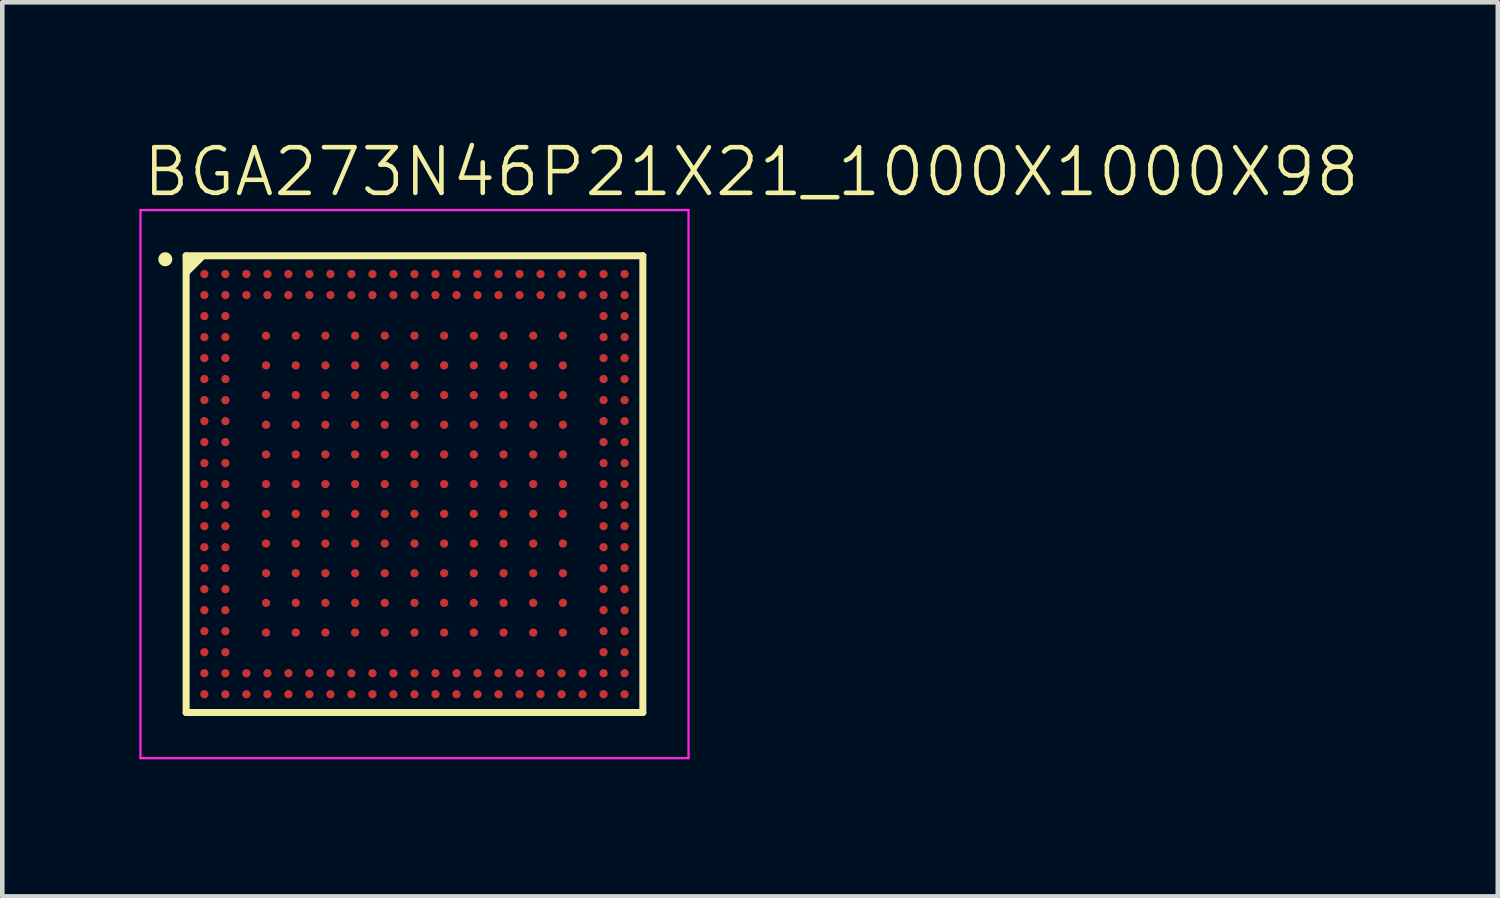
<source format=kicad_pcb>
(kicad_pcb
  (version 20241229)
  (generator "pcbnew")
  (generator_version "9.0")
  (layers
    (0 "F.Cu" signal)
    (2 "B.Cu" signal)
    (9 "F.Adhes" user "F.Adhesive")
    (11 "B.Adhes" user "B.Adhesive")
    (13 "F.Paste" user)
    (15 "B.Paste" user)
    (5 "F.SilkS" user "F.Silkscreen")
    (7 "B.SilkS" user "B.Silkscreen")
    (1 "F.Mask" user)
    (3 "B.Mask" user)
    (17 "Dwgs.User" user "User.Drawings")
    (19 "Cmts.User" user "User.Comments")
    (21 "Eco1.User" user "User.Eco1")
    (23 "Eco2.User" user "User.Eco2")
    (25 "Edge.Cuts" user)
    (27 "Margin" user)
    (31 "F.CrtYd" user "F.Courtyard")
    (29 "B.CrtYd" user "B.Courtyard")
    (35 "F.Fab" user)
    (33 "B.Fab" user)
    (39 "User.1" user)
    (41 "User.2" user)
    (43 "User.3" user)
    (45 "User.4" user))
  (footprint "BGA273N46P21X21_1000X1000X98"
    (layer "F.Cu")
    (at 6.025 7.55)
    (property "Reference" "BGA273N46P21X21_1000X1000X98" (at -6 -6.25 0) (layer "F.SilkS") (effects (font (size 1 1) (thickness 0.1)) (justify left bottom)))
    (fp_line (start -5 -5) (end -5 5) (stroke (width 0.153) (type solid)) (layer "F.SilkS"))
    (fp_line (start -5 5) (end 5 5) (stroke (width 0.153) (type solid)) (layer "F.SilkS"))
    (fp_line (start 5 -5) (end -5 -5) (stroke (width 0.153) (type solid)) (layer "F.SilkS"))
    (fp_line (start 5 5) (end 5 -5) (stroke (width 0.153) (type solid)) (layer "F.SilkS"))
    (fp_poly (pts (xy -5 -5) (xy -4.524 -5) (xy -5 -4.524)) (stroke (width 0) (type solid)) (fill yes) (layer "F.SilkS"))
    (fp_poly (pts (xy -5.303 -4.923) (xy -5.306 -4.953) (xy -5.315 -4.982) (xy -5.329 -5.009) (xy -5.348 -5.032) (xy -5.371 -5.051) (xy -5.397 -5.065) (xy -5.426 -5.074) (xy -5.456 -5.077) (xy -5.486 -5.074) (xy -5.515 -5.065) (xy -5.541 -5.051) (xy -5.564 -5.032) (xy -5.583 -5.009) (xy -5.597 -4.982) (xy -5.606 -4.953) (xy -5.609 -4.923) (xy -5.606 -4.894) (xy -5.597 -4.865) (xy -5.583 -4.838) (xy -5.564 -4.815) (xy -5.541 -4.796) (xy -5.515 -4.782) (xy -5.486 -4.773) (xy -5.456 -4.771) (xy -5.426 -4.773) (xy -5.397 -4.782) (xy -5.371 -4.796) (xy -5.348 -4.815) (xy -5.329 -4.838) (xy -5.315 -4.865) (xy -5.306 -4.894)) (stroke (width 0) (type solid)) (fill yes) (layer "F.SilkS"))
    (fp_line (start -6 -6) (end -6 6) (stroke (width 0.05) (type solid)) (layer "F.CrtYd"))
    (fp_line (start -6 6) (end 6 6) (stroke (width 0.05) (type solid)) (layer "F.CrtYd"))
    (fp_line (start 6 -6) (end -6 -6) (stroke (width 0.05) (type solid)) (layer "F.CrtYd"))
    (fp_line (start 6 6) (end 6 -6) (stroke (width 0.05) (type solid)) (layer "F.CrtYd"))
    (fp_line (start -0.5 0) (end 0.5 0) (stroke (width 0.1) (type solid)) (layer "User.2"))
    (fp_line (start 0 0.5) (end 0 -0.5) (stroke (width 0.1) (type solid)) (layer "User.2"))
    (pad "A1" smd circle (at -4.6 -4.6) (size 0.18 0.18) (layers "F.Cu" "F.Mask" "F.Paste"))
    (pad "A2" smd circle (at -4.14 -4.6) (size 0.18 0.18) (layers "F.Cu" "F.Mask" "F.Paste"))
    (pad "A3" smd circle (at -3.68 -4.6) (size 0.18 0.18) (layers "F.Cu" "F.Mask" "F.Paste"))
    (pad "A4" smd circle (at -3.22 -4.6) (size 0.18 0.18) (layers "F.Cu" "F.Mask" "F.Paste"))
    (pad "A5" smd circle (at -2.76 -4.6) (size 0.18 0.18) (layers "F.Cu" "F.Mask" "F.Paste"))
    (pad "A6" smd circle (at -2.3 -4.6) (size 0.18 0.18) (layers "F.Cu" "F.Mask" "F.Paste"))
    (pad "A7" smd circle (at -1.84 -4.6) (size 0.18 0.18) (layers "F.Cu" "F.Mask" "F.Paste"))
    (pad "A8" smd circle (at -1.38 -4.6) (size 0.18 0.18) (layers "F.Cu" "F.Mask" "F.Paste"))
    (pad "A9" smd circle (at -0.92 -4.6) (size 0.18 0.18) (layers "F.Cu" "F.Mask" "F.Paste"))
    (pad "A10" smd circle (at -0.46 -4.6) (size 0.18 0.18) (layers "F.Cu" "F.Mask" "F.Paste"))
    (pad "A11" smd circle (at 0 -4.6) (size 0.18 0.18) (layers "F.Cu" "F.Mask" "F.Paste"))
    (pad "A12" smd circle (at 0.46 -4.6) (size 0.18 0.18) (layers "F.Cu" "F.Mask" "F.Paste"))
    (pad "A13" smd circle (at 0.92 -4.6) (size 0.18 0.18) (layers "F.Cu" "F.Mask" "F.Paste"))
    (pad "A14" smd circle (at 1.38 -4.6) (size 0.18 0.18) (layers "F.Cu" "F.Mask" "F.Paste"))
    (pad "A15" smd circle (at 1.84 -4.6) (size 0.18 0.18) (layers "F.Cu" "F.Mask" "F.Paste"))
    (pad "A16" smd circle (at 2.3 -4.6) (size 0.18 0.18) (layers "F.Cu" "F.Mask" "F.Paste"))
    (pad "A17" smd circle (at 2.76 -4.6) (size 0.18 0.18) (layers "F.Cu" "F.Mask" "F.Paste"))
    (pad "A18" smd circle (at 3.22 -4.6) (size 0.18 0.18) (layers "F.Cu" "F.Mask" "F.Paste"))
    (pad "A19" smd circle (at 3.68 -4.6) (size 0.18 0.18) (layers "F.Cu" "F.Mask" "F.Paste"))
    (pad "A20" smd circle (at 4.14 -4.6) (size 0.18 0.18) (layers "F.Cu" "F.Mask" "F.Paste"))
    (pad "A21" smd circle (at 4.6 -4.6) (size 0.18 0.18) (layers "F.Cu" "F.Mask" "F.Paste"))
    (pad "AA1" smd circle (at -4.6 4.6) (size 0.18 0.18) (layers "F.Cu" "F.Mask" "F.Paste"))
    (pad "AA2" smd circle (at -4.14 4.6) (size 0.18 0.18) (layers "F.Cu" "F.Mask" "F.Paste"))
    (pad "AA3" smd circle (at -3.68 4.6) (size 0.18 0.18) (layers "F.Cu" "F.Mask" "F.Paste"))
    (pad "AA4" smd circle (at -3.22 4.6) (size 0.18 0.18) (layers "F.Cu" "F.Mask" "F.Paste"))
    (pad "AA5" smd circle (at -2.76 4.6) (size 0.18 0.18) (layers "F.Cu" "F.Mask" "F.Paste"))
    (pad "AA6" smd circle (at -2.3 4.6) (size 0.18 0.18) (layers "F.Cu" "F.Mask" "F.Paste"))
    (pad "AA7" smd circle (at -1.84 4.6) (size 0.18 0.18) (layers "F.Cu" "F.Mask" "F.Paste"))
    (pad "AA8" smd circle (at -1.38 4.6) (size 0.18 0.18) (layers "F.Cu" "F.Mask" "F.Paste"))
    (pad "AA9" smd circle (at -0.92 4.6) (size 0.18 0.18) (layers "F.Cu" "F.Mask" "F.Paste"))
    (pad "AA10" smd circle (at -0.46 4.6) (size 0.18 0.18) (layers "F.Cu" "F.Mask" "F.Paste"))
    (pad "AA11" smd circle (at 0 4.6) (size 0.18 0.18) (layers "F.Cu" "F.Mask" "F.Paste"))
    (pad "AA12" smd circle (at 0.46 4.6) (size 0.18 0.18) (layers "F.Cu" "F.Mask" "F.Paste"))
    (pad "AA13" smd circle (at 0.92 4.6) (size 0.18 0.18) (layers "F.Cu" "F.Mask" "F.Paste"))
    (pad "AA14" smd circle (at 1.38 4.6) (size 0.18 0.18) (layers "F.Cu" "F.Mask" "F.Paste"))
    (pad "AA15" smd circle (at 1.84 4.6) (size 0.18 0.18) (layers "F.Cu" "F.Mask" "F.Paste"))
    (pad "AA16" smd circle (at 2.3 4.6) (size 0.18 0.18) (layers "F.Cu" "F.Mask" "F.Paste"))
    (pad "AA17" smd circle (at 2.76 4.6) (size 0.18 0.18) (layers "F.Cu" "F.Mask" "F.Paste"))
    (pad "AA18" smd circle (at 3.22 4.6) (size 0.18 0.18) (layers "F.Cu" "F.Mask" "F.Paste"))
    (pad "AA19" smd circle (at 3.68 4.6) (size 0.18 0.18) (layers "F.Cu" "F.Mask" "F.Paste"))
    (pad "AA20" smd circle (at 4.14 4.6) (size 0.18 0.18) (layers "F.Cu" "F.Mask" "F.Paste"))
    (pad "AA21" smd circle (at 4.6 4.6) (size 0.18 0.18) (layers "F.Cu" "F.Mask" "F.Paste"))
    (pad "B1" smd circle (at -4.6 -4.14) (size 0.18 0.18) (layers "F.Cu" "F.Mask" "F.Paste"))
    (pad "B2" smd circle (at -4.14 -4.14) (size 0.18 0.18) (layers "F.Cu" "F.Mask" "F.Paste"))
    (pad "B3" smd circle (at -3.68 -4.14) (size 0.18 0.18) (layers "F.Cu" "F.Mask" "F.Paste"))
    (pad "B4" smd circle (at -3.22 -4.14) (size 0.18 0.18) (layers "F.Cu" "F.Mask" "F.Paste"))
    (pad "B5" smd circle (at -2.76 -4.14) (size 0.18 0.18) (layers "F.Cu" "F.Mask" "F.Paste"))
    (pad "B6" smd circle (at -2.3 -4.14) (size 0.18 0.18) (layers "F.Cu" "F.Mask" "F.Paste"))
    (pad "B7" smd circle (at -1.84 -4.14) (size 0.18 0.18) (layers "F.Cu" "F.Mask" "F.Paste"))
    (pad "B8" smd circle (at -1.38 -4.14) (size 0.18 0.18) (layers "F.Cu" "F.Mask" "F.Paste"))
    (pad "B9" smd circle (at -0.92 -4.14) (size 0.18 0.18) (layers "F.Cu" "F.Mask" "F.Paste"))
    (pad "B10" smd circle (at -0.46 -4.14) (size 0.18 0.18) (layers "F.Cu" "F.Mask" "F.Paste"))
    (pad "B11" smd circle (at 0 -4.14) (size 0.18 0.18) (layers "F.Cu" "F.Mask" "F.Paste"))
    (pad "B12" smd circle (at 0.46 -4.14) (size 0.18 0.18) (layers "F.Cu" "F.Mask" "F.Paste"))
    (pad "B13" smd circle (at 0.92 -4.14) (size 0.18 0.18) (layers "F.Cu" "F.Mask" "F.Paste"))
    (pad "B14" smd circle (at 1.38 -4.14) (size 0.18 0.18) (layers "F.Cu" "F.Mask" "F.Paste"))
    (pad "B15" smd circle (at 1.84 -4.14) (size 0.18 0.18) (layers "F.Cu" "F.Mask" "F.Paste"))
    (pad "B16" smd circle (at 2.3 -4.14) (size 0.18 0.18) (layers "F.Cu" "F.Mask" "F.Paste"))
    (pad "B17" smd circle (at 2.76 -4.14) (size 0.18 0.18) (layers "F.Cu" "F.Mask" "F.Paste"))
    (pad "B18" smd circle (at 3.22 -4.14) (size 0.18 0.18) (layers "F.Cu" "F.Mask" "F.Paste"))
    (pad "B19" smd circle (at 3.68 -4.14) (size 0.18 0.18) (layers "F.Cu" "F.Mask" "F.Paste"))
    (pad "B20" smd circle (at 4.14 -4.14) (size 0.18 0.18) (layers "F.Cu" "F.Mask" "F.Paste"))
    (pad "B21" smd circle (at 4.6 -4.14) (size 0.18 0.18) (layers "F.Cu" "F.Mask" "F.Paste"))
    (pad "C1" smd circle (at -4.6 -3.68) (size 0.18 0.18) (layers "F.Cu" "F.Mask" "F.Paste"))
    (pad "C2" smd circle (at -4.14 -3.68) (size 0.18 0.18) (layers "F.Cu" "F.Mask" "F.Paste"))
    (pad "C20" smd circle (at 4.14 -3.68) (size 0.18 0.18) (layers "F.Cu" "F.Mask" "F.Paste"))
    (pad "C21" smd circle (at 4.6 -3.68) (size 0.18 0.18) (layers "F.Cu" "F.Mask" "F.Paste"))
    (pad "D1" smd circle (at -4.6 -3.22) (size 0.18 0.18) (layers "F.Cu" "F.Mask" "F.Paste"))
    (pad "D2" smd circle (at -4.14 -3.22) (size 0.18 0.18) (layers "F.Cu" "F.Mask" "F.Paste"))
    (pad "D4" smd circle (at -3.25 -3.25) (size 0.18 0.18) (layers "F.Cu" "F.Mask" "F.Paste"))
    (pad "D5" smd circle (at -2.6 -3.25) (size 0.18 0.18) (layers "F.Cu" "F.Mask" "F.Paste"))
    (pad "D6" smd circle (at -1.95 -3.25) (size 0.18 0.18) (layers "F.Cu" "F.Mask" "F.Paste"))
    (pad "D8" smd circle (at -1.3 -3.25) (size 0.18 0.18) (layers "F.Cu" "F.Mask" "F.Paste"))
    (pad "D9" smd circle (at -0.65 -3.25) (size 0.18 0.18) (layers "F.Cu" "F.Mask" "F.Paste"))
    (pad "D11" smd circle (at 0 -3.25) (size 0.18 0.18) (layers "F.Cu" "F.Mask" "F.Paste"))
    (pad "D13" smd circle (at 0.65 -3.25) (size 0.18 0.18) (layers "F.Cu" "F.Mask" "F.Paste"))
    (pad "D14" smd circle (at 1.3 -3.25) (size 0.18 0.18) (layers "F.Cu" "F.Mask" "F.Paste"))
    (pad "D16" smd circle (at 1.95 -3.25) (size 0.18 0.18) (layers "F.Cu" "F.Mask" "F.Paste"))
    (pad "D17" smd circle (at 2.6 -3.25) (size 0.18 0.18) (layers "F.Cu" "F.Mask" "F.Paste"))
    (pad "D18" smd circle (at 3.25 -3.25) (size 0.18 0.18) (layers "F.Cu" "F.Mask" "F.Paste"))
    (pad "D20" smd circle (at 4.14 -3.22) (size 0.18 0.18) (layers "F.Cu" "F.Mask" "F.Paste"))
    (pad "D21" smd circle (at 4.6 -3.22) (size 0.18 0.18) (layers "F.Cu" "F.Mask" "F.Paste"))
    (pad "E1" smd circle (at -4.6 -2.76) (size 0.18 0.18) (layers "F.Cu" "F.Mask" "F.Paste"))
    (pad "E2" smd circle (at -4.14 -2.76) (size 0.18 0.18) (layers "F.Cu" "F.Mask" "F.Paste"))
    (pad "E4" smd circle (at -3.25 -2.6) (size 0.18 0.18) (layers "F.Cu" "F.Mask" "F.Paste"))
    (pad "E5" smd circle (at -2.6 -2.6) (size 0.18 0.18) (layers "F.Cu" "F.Mask" "F.Paste"))
    (pad "E6" smd circle (at -1.95 -2.6) (size 0.18 0.18) (layers "F.Cu" "F.Mask" "F.Paste"))
    (pad "E8" smd circle (at -1.3 -2.6) (size 0.18 0.18) (layers "F.Cu" "F.Mask" "F.Paste"))
    (pad "E9" smd circle (at -0.65 -2.6) (size 0.18 0.18) (layers "F.Cu" "F.Mask" "F.Paste"))
    (pad "E11" smd circle (at 0 -2.6) (size 0.18 0.18) (layers "F.Cu" "F.Mask" "F.Paste"))
    (pad "E13" smd circle (at 0.65 -2.6) (size 0.18 0.18) (layers "F.Cu" "F.Mask" "F.Paste"))
    (pad "E14" smd circle (at 1.3 -2.6) (size 0.18 0.18) (layers "F.Cu" "F.Mask" "F.Paste"))
    (pad "E16" smd circle (at 1.95 -2.6) (size 0.18 0.18) (layers "F.Cu" "F.Mask" "F.Paste"))
    (pad "E17" smd circle (at 2.6 -2.6) (size 0.18 0.18) (layers "F.Cu" "F.Mask" "F.Paste"))
    (pad "E18" smd circle (at 3.25 -2.6) (size 0.18 0.18) (layers "F.Cu" "F.Mask" "F.Paste"))
    (pad "E20" smd circle (at 4.14 -2.76) (size 0.18 0.18) (layers "F.Cu" "F.Mask" "F.Paste"))
    (pad "E21" smd circle (at 4.6 -2.76) (size 0.18 0.18) (layers "F.Cu" "F.Mask" "F.Paste"))
    (pad "F1" smd circle (at -4.6 -2.3) (size 0.18 0.18) (layers "F.Cu" "F.Mask" "F.Paste"))
    (pad "F2" smd circle (at -4.14 -2.3) (size 0.18 0.18) (layers "F.Cu" "F.Mask" "F.Paste"))
    (pad "F4" smd circle (at -3.25 -1.95) (size 0.18 0.18) (layers "F.Cu" "F.Mask" "F.Paste"))
    (pad "F5" smd circle (at -2.6 -1.95) (size 0.18 0.18) (layers "F.Cu" "F.Mask" "F.Paste"))
    (pad "F6" smd circle (at -1.95 -1.95) (size 0.18 0.18) (layers "F.Cu" "F.Mask" "F.Paste"))
    (pad "F8" smd circle (at -1.3 -1.95) (size 0.18 0.18) (layers "F.Cu" "F.Mask" "F.Paste"))
    (pad "F9" smd circle (at -0.65 -1.95) (size 0.18 0.18) (layers "F.Cu" "F.Mask" "F.Paste"))
    (pad "F11" smd circle (at 0 -1.95) (size 0.18 0.18) (layers "F.Cu" "F.Mask" "F.Paste"))
    (pad "F13" smd circle (at 0.65 -1.95) (size 0.18 0.18) (layers "F.Cu" "F.Mask" "F.Paste"))
    (pad "F14" smd circle (at 1.3 -1.95) (size 0.18 0.18) (layers "F.Cu" "F.Mask" "F.Paste"))
    (pad "F16" smd circle (at 1.95 -1.95) (size 0.18 0.18) (layers "F.Cu" "F.Mask" "F.Paste"))
    (pad "F17" smd circle (at 2.6 -1.95) (size 0.18 0.18) (layers "F.Cu" "F.Mask" "F.Paste"))
    (pad "F18" smd circle (at 3.25 -1.95) (size 0.18 0.18) (layers "F.Cu" "F.Mask" "F.Paste"))
    (pad "F20" smd circle (at 4.14 -2.3) (size 0.18 0.18) (layers "F.Cu" "F.Mask" "F.Paste"))
    (pad "F21" smd circle (at 4.6 -2.3) (size 0.18 0.18) (layers "F.Cu" "F.Mask" "F.Paste"))
    (pad "G1" smd circle (at -4.6 -1.84) (size 0.18 0.18) (layers "F.Cu" "F.Mask" "F.Paste"))
    (pad "G2" smd circle (at -4.14 -1.84) (size 0.18 0.18) (layers "F.Cu" "F.Mask" "F.Paste"))
    (pad "G20" smd circle (at 4.14 -1.84) (size 0.18 0.18) (layers "F.Cu" "F.Mask" "F.Paste"))
    (pad "G21" smd circle (at 4.6 -1.84) (size 0.18 0.18) (layers "F.Cu" "F.Mask" "F.Paste"))
    (pad "H1" smd circle (at -4.6 -1.38) (size 0.18 0.18) (layers "F.Cu" "F.Mask" "F.Paste"))
    (pad "H2" smd circle (at -4.14 -1.38) (size 0.18 0.18) (layers "F.Cu" "F.Mask" "F.Paste"))
    (pad "H4" smd circle (at -3.25 -1.3) (size 0.18 0.18) (layers "F.Cu" "F.Mask" "F.Paste"))
    (pad "H5" smd circle (at -2.6 -1.3) (size 0.18 0.18) (layers "F.Cu" "F.Mask" "F.Paste"))
    (pad "H6" smd circle (at -1.95 -1.3) (size 0.18 0.18) (layers "F.Cu" "F.Mask" "F.Paste"))
    (pad "H8" smd circle (at -1.3 -1.3) (size 0.18 0.18) (layers "F.Cu" "F.Mask" "F.Paste"))
    (pad "H9" smd circle (at -0.65 -1.3) (size 0.18 0.18) (layers "F.Cu" "F.Mask" "F.Paste"))
    (pad "H11" smd circle (at 0 -1.3) (size 0.18 0.18) (layers "F.Cu" "F.Mask" "F.Paste"))
    (pad "H13" smd circle (at 0.65 -1.3) (size 0.18 0.18) (layers "F.Cu" "F.Mask" "F.Paste"))
    (pad "H14" smd circle (at 1.3 -1.3) (size 0.18 0.18) (layers "F.Cu" "F.Mask" "F.Paste"))
    (pad "H16" smd circle (at 1.95 -1.3) (size 0.18 0.18) (layers "F.Cu" "F.Mask" "F.Paste"))
    (pad "H17" smd circle (at 2.6 -1.3) (size 0.18 0.18) (layers "F.Cu" "F.Mask" "F.Paste"))
    (pad "H18" smd circle (at 3.25 -1.3) (size 0.18 0.18) (layers "F.Cu" "F.Mask" "F.Paste"))
    (pad "H20" smd circle (at 4.14 -1.38) (size 0.18 0.18) (layers "F.Cu" "F.Mask" "F.Paste"))
    (pad "H21" smd circle (at 4.6 -1.38) (size 0.18 0.18) (layers "F.Cu" "F.Mask" "F.Paste"))
    (pad "J1" smd circle (at -4.6 -0.92) (size 0.18 0.18) (layers "F.Cu" "F.Mask" "F.Paste"))
    (pad "J2" smd circle (at -4.14 -0.92) (size 0.18 0.18) (layers "F.Cu" "F.Mask" "F.Paste"))
    (pad "J4" smd circle (at -3.25 -0.65) (size 0.18 0.18) (layers "F.Cu" "F.Mask" "F.Paste"))
    (pad "J5" smd circle (at -2.6 -0.65) (size 0.18 0.18) (layers "F.Cu" "F.Mask" "F.Paste"))
    (pad "J6" smd circle (at -1.95 -0.65) (size 0.18 0.18) (layers "F.Cu" "F.Mask" "F.Paste"))
    (pad "J8" smd circle (at -1.3 -0.65) (size 0.18 0.18) (layers "F.Cu" "F.Mask" "F.Paste"))
    (pad "J9" smd circle (at -0.65 -0.65) (size 0.18 0.18) (layers "F.Cu" "F.Mask" "F.Paste"))
    (pad "J11" smd circle (at 0 -0.65) (size 0.18 0.18) (layers "F.Cu" "F.Mask" "F.Paste"))
    (pad "J13" smd circle (at 0.65 -0.65) (size 0.18 0.18) (layers "F.Cu" "F.Mask" "F.Paste"))
    (pad "J14" smd circle (at 1.3 -0.65) (size 0.18 0.18) (layers "F.Cu" "F.Mask" "F.Paste"))
    (pad "J16" smd circle (at 1.95 -0.65) (size 0.18 0.18) (layers "F.Cu" "F.Mask" "F.Paste"))
    (pad "J17" smd circle (at 2.6 -0.65) (size 0.18 0.18) (layers "F.Cu" "F.Mask" "F.Paste"))
    (pad "J18" smd circle (at 3.25 -0.65) (size 0.18 0.18) (layers "F.Cu" "F.Mask" "F.Paste"))
    (pad "J20" smd circle (at 4.14 -0.92) (size 0.18 0.18) (layers "F.Cu" "F.Mask" "F.Paste"))
    (pad "J21" smd circle (at 4.6 -0.92) (size 0.18 0.18) (layers "F.Cu" "F.Mask" "F.Paste"))
    (pad "K1" smd circle (at -4.6 -0.46) (size 0.18 0.18) (layers "F.Cu" "F.Mask" "F.Paste"))
    (pad "K2" smd circle (at -4.14 -0.46) (size 0.18 0.18) (layers "F.Cu" "F.Mask" "F.Paste"))
    (pad "K20" smd circle (at 4.14 -0.46) (size 0.18 0.18) (layers "F.Cu" "F.Mask" "F.Paste"))
    (pad "K21" smd circle (at 4.6 -0.46) (size 0.18 0.18) (layers "F.Cu" "F.Mask" "F.Paste"))
    (pad "L1" smd circle (at -4.6 0) (size 0.18 0.18) (layers "F.Cu" "F.Mask" "F.Paste"))
    (pad "L2" smd circle (at -4.14 0) (size 0.18 0.18) (layers "F.Cu" "F.Mask" "F.Paste"))
    (pad "L4" smd circle (at -3.25 0) (size 0.18 0.18) (layers "F.Cu" "F.Mask" "F.Paste"))
    (pad "L5" smd circle (at -2.6 0) (size 0.18 0.18) (layers "F.Cu" "F.Mask" "F.Paste"))
    (pad "L6" smd circle (at -1.95 0) (size 0.18 0.18) (layers "F.Cu" "F.Mask" "F.Paste"))
    (pad "L8" smd circle (at -1.3 0) (size 0.18 0.18) (layers "F.Cu" "F.Mask" "F.Paste"))
    (pad "L9" smd circle (at -0.65 0) (size 0.18 0.18) (layers "F.Cu" "F.Mask" "F.Paste"))
    (pad "L11" smd circle (at 0 0) (size 0.18 0.18) (layers "F.Cu" "F.Mask" "F.Paste"))
    (pad "L13" smd circle (at 0.65 0) (size 0.18 0.18) (layers "F.Cu" "F.Mask" "F.Paste"))
    (pad "L14" smd circle (at 1.3 0) (size 0.18 0.18) (layers "F.Cu" "F.Mask" "F.Paste"))
    (pad "L16" smd circle (at 1.95 0) (size 0.18 0.18) (layers "F.Cu" "F.Mask" "F.Paste"))
    (pad "L17" smd circle (at 2.6 0) (size 0.18 0.18) (layers "F.Cu" "F.Mask" "F.Paste"))
    (pad "L18" smd circle (at 3.25 0) (size 0.18 0.18) (layers "F.Cu" "F.Mask" "F.Paste"))
    (pad "L20" smd circle (at 4.14 0) (size 0.18 0.18) (layers "F.Cu" "F.Mask" "F.Paste"))
    (pad "L21" smd circle (at 4.6 0) (size 0.18 0.18) (layers "F.Cu" "F.Mask" "F.Paste"))
    (pad "M1" smd circle (at -4.6 0.46) (size 0.18 0.18) (layers "F.Cu" "F.Mask" "F.Paste"))
    (pad "M2" smd circle (at -4.14 0.46) (size 0.18 0.18) (layers "F.Cu" "F.Mask" "F.Paste"))
    (pad "M20" smd circle (at 4.14 0.46) (size 0.18 0.18) (layers "F.Cu" "F.Mask" "F.Paste"))
    (pad "M21" smd circle (at 4.6 0.46) (size 0.18 0.18) (layers "F.Cu" "F.Mask" "F.Paste"))
    (pad "N1" smd circle (at -4.6 0.92) (size 0.18 0.18) (layers "F.Cu" "F.Mask" "F.Paste"))
    (pad "N2" smd circle (at -4.14 0.92) (size 0.18 0.18) (layers "F.Cu" "F.Mask" "F.Paste"))
    (pad "N4" smd circle (at -3.25 0.65) (size 0.18 0.18) (layers "F.Cu" "F.Mask" "F.Paste"))
    (pad "N5" smd circle (at -2.6 0.65) (size 0.18 0.18) (layers "F.Cu" "F.Mask" "F.Paste"))
    (pad "N6" smd circle (at -1.95 0.65) (size 0.18 0.18) (layers "F.Cu" "F.Mask" "F.Paste"))
    (pad "N8" smd circle (at -1.3 0.65) (size 0.18 0.18) (layers "F.Cu" "F.Mask" "F.Paste"))
    (pad "N9" smd circle (at -0.65 0.65) (size 0.18 0.18) (layers "F.Cu" "F.Mask" "F.Paste"))
    (pad "N11" smd circle (at 0 0.65) (size 0.18 0.18) (layers "F.Cu" "F.Mask" "F.Paste"))
    (pad "N13" smd circle (at 0.65 0.65) (size 0.18 0.18) (layers "F.Cu" "F.Mask" "F.Paste"))
    (pad "N14" smd circle (at 1.3 0.65) (size 0.18 0.18) (layers "F.Cu" "F.Mask" "F.Paste"))
    (pad "N16" smd circle (at 1.95 0.65) (size 0.18 0.18) (layers "F.Cu" "F.Mask" "F.Paste"))
    (pad "N17" smd circle (at 2.6 0.65) (size 0.18 0.18) (layers "F.Cu" "F.Mask" "F.Paste"))
    (pad "N18" smd circle (at 3.25 0.65) (size 0.18 0.18) (layers "F.Cu" "F.Mask" "F.Paste"))
    (pad "N20" smd circle (at 4.14 0.92) (size 0.18 0.18) (layers "F.Cu" "F.Mask" "F.Paste"))
    (pad "N21" smd circle (at 4.6 0.92) (size 0.18 0.18) (layers "F.Cu" "F.Mask" "F.Paste"))
    (pad "P1" smd circle (at -4.6 1.38) (size 0.18 0.18) (layers "F.Cu" "F.Mask" "F.Paste"))
    (pad "P2" smd circle (at -4.14 1.38) (size 0.18 0.18) (layers "F.Cu" "F.Mask" "F.Paste"))
    (pad "P4" smd circle (at -3.25 1.3) (size 0.18 0.18) (layers "F.Cu" "F.Mask" "F.Paste"))
    (pad "P5" smd circle (at -2.6 1.3) (size 0.18 0.18) (layers "F.Cu" "F.Mask" "F.Paste"))
    (pad "P6" smd circle (at -1.95 1.3) (size 0.18 0.18) (layers "F.Cu" "F.Mask" "F.Paste"))
    (pad "P8" smd circle (at -1.3 1.3) (size 0.18 0.18) (layers "F.Cu" "F.Mask" "F.Paste"))
    (pad "P9" smd circle (at -0.65 1.3) (size 0.18 0.18) (layers "F.Cu" "F.Mask" "F.Paste"))
    (pad "P11" smd circle (at 0 1.3) (size 0.18 0.18) (layers "F.Cu" "F.Mask" "F.Paste"))
    (pad "P13" smd circle (at 0.65 1.3) (size 0.18 0.18) (layers "F.Cu" "F.Mask" "F.Paste"))
    (pad "P14" smd circle (at 1.3 1.3) (size 0.18 0.18) (layers "F.Cu" "F.Mask" "F.Paste"))
    (pad "P16" smd circle (at 1.95 1.3) (size 0.18 0.18) (layers "F.Cu" "F.Mask" "F.Paste"))
    (pad "P17" smd circle (at 2.6 1.3) (size 0.18 0.18) (layers "F.Cu" "F.Mask" "F.Paste"))
    (pad "P18" smd circle (at 3.25 1.3) (size 0.18 0.18) (layers "F.Cu" "F.Mask" "F.Paste"))
    (pad "P20" smd circle (at 4.14 1.38) (size 0.18 0.18) (layers "F.Cu" "F.Mask" "F.Paste"))
    (pad "P21" smd circle (at 4.6 1.38) (size 0.18 0.18) (layers "F.Cu" "F.Mask" "F.Paste"))
    (pad "R1" smd circle (at -4.6 1.84) (size 0.18 0.18) (layers "F.Cu" "F.Mask" "F.Paste"))
    (pad "R2" smd circle (at -4.14 1.84) (size 0.18 0.18) (layers "F.Cu" "F.Mask" "F.Paste"))
    (pad "R20" smd circle (at 4.14 1.84) (size 0.18 0.18) (layers "F.Cu" "F.Mask" "F.Paste"))
    (pad "R21" smd circle (at 4.6 1.84) (size 0.18 0.18) (layers "F.Cu" "F.Mask" "F.Paste"))
    (pad "T1" smd circle (at -4.6 2.3) (size 0.18 0.18) (layers "F.Cu" "F.Mask" "F.Paste"))
    (pad "T2" smd circle (at -4.14 2.3) (size 0.18 0.18) (layers "F.Cu" "F.Mask" "F.Paste"))
    (pad "T4" smd circle (at -3.25 1.95) (size 0.18 0.18) (layers "F.Cu" "F.Mask" "F.Paste"))
    (pad "T5" smd circle (at -2.6 1.95) (size 0.18 0.18) (layers "F.Cu" "F.Mask" "F.Paste"))
    (pad "T6" smd circle (at -1.95 1.95) (size 0.18 0.18) (layers "F.Cu" "F.Mask" "F.Paste"))
    (pad "T8" smd circle (at -1.3 1.95) (size 0.18 0.18) (layers "F.Cu" "F.Mask" "F.Paste"))
    (pad "T9" smd circle (at -0.65 1.95) (size 0.18 0.18) (layers "F.Cu" "F.Mask" "F.Paste"))
    (pad "T11" smd circle (at 0 1.95) (size 0.18 0.18) (layers "F.Cu" "F.Mask" "F.Paste"))
    (pad "T13" smd circle (at 0.65 1.95) (size 0.18 0.18) (layers "F.Cu" "F.Mask" "F.Paste"))
    (pad "T14" smd circle (at 1.3 1.95) (size 0.18 0.18) (layers "F.Cu" "F.Mask" "F.Paste"))
    (pad "T16" smd circle (at 1.95 1.95) (size 0.18 0.18) (layers "F.Cu" "F.Mask" "F.Paste"))
    (pad "T17" smd circle (at 2.6 1.95) (size 0.18 0.18) (layers "F.Cu" "F.Mask" "F.Paste"))
    (pad "T18" smd circle (at 3.25 1.95) (size 0.18 0.18) (layers "F.Cu" "F.Mask" "F.Paste"))
    (pad "T20" smd circle (at 4.14 2.3) (size 0.18 0.18) (layers "F.Cu" "F.Mask" "F.Paste"))
    (pad "T21" smd circle (at 4.6 2.3) (size 0.18 0.18) (layers "F.Cu" "F.Mask" "F.Paste"))
    (pad "U1" smd circle (at -4.6 2.76) (size 0.18 0.18) (layers "F.Cu" "F.Mask" "F.Paste"))
    (pad "U2" smd circle (at -4.14 2.76) (size 0.18 0.18) (layers "F.Cu" "F.Mask" "F.Paste"))
    (pad "U4" smd circle (at -3.25 2.6) (size 0.18 0.18) (layers "F.Cu" "F.Mask" "F.Paste"))
    (pad "U5" smd circle (at -2.6 2.6) (size 0.18 0.18) (layers "F.Cu" "F.Mask" "F.Paste"))
    (pad "U6" smd circle (at -1.95 2.6) (size 0.18 0.18) (layers "F.Cu" "F.Mask" "F.Paste"))
    (pad "U8" smd circle (at -1.3 2.6) (size 0.18 0.18) (layers "F.Cu" "F.Mask" "F.Paste"))
    (pad "U9" smd circle (at -0.65 2.6) (size 0.18 0.18) (layers "F.Cu" "F.Mask" "F.Paste"))
    (pad "U11" smd circle (at 0 2.6) (size 0.18 0.18) (layers "F.Cu" "F.Mask" "F.Paste"))
    (pad "U13" smd circle (at 0.65 2.6) (size 0.18 0.18) (layers "F.Cu" "F.Mask" "F.Paste"))
    (pad "U14" smd circle (at 1.3 2.6) (size 0.18 0.18) (layers "F.Cu" "F.Mask" "F.Paste"))
    (pad "U16" smd circle (at 1.95 2.6) (size 0.18 0.18) (layers "F.Cu" "F.Mask" "F.Paste"))
    (pad "U17" smd circle (at 2.6 2.6) (size 0.18 0.18) (layers "F.Cu" "F.Mask" "F.Paste"))
    (pad "U18" smd circle (at 3.25 2.6) (size 0.18 0.18) (layers "F.Cu" "F.Mask" "F.Paste"))
    (pad "U20" smd circle (at 4.14 2.76) (size 0.18 0.18) (layers "F.Cu" "F.Mask" "F.Paste"))
    (pad "U21" smd circle (at 4.6 2.76) (size 0.18 0.18) (layers "F.Cu" "F.Mask" "F.Paste"))
    (pad "V1" smd circle (at -4.6 3.22) (size 0.18 0.18) (layers "F.Cu" "F.Mask" "F.Paste"))
    (pad "V2" smd circle (at -4.14 3.22) (size 0.18 0.18) (layers "F.Cu" "F.Mask" "F.Paste"))
    (pad "V4" smd circle (at -3.25 3.25) (size 0.18 0.18) (layers "F.Cu" "F.Mask" "F.Paste"))
    (pad "V5" smd circle (at -2.6 3.25) (size 0.18 0.18) (layers "F.Cu" "F.Mask" "F.Paste"))
    (pad "V6" smd circle (at -1.95 3.25) (size 0.18 0.18) (layers "F.Cu" "F.Mask" "F.Paste"))
    (pad "V8" smd circle (at -1.3 3.25) (size 0.18 0.18) (layers "F.Cu" "F.Mask" "F.Paste"))
    (pad "V9" smd circle (at -0.65 3.25) (size 0.18 0.18) (layers "F.Cu" "F.Mask" "F.Paste"))
    (pad "V11" smd circle (at 0 3.25) (size 0.18 0.18) (layers "F.Cu" "F.Mask" "F.Paste"))
    (pad "V13" smd circle (at 0.65 3.25) (size 0.18 0.18) (layers "F.Cu" "F.Mask" "F.Paste"))
    (pad "V14" smd circle (at 1.3 3.25) (size 0.18 0.18) (layers "F.Cu" "F.Mask" "F.Paste"))
    (pad "V16" smd circle (at 1.95 3.25) (size 0.18 0.18) (layers "F.Cu" "F.Mask" "F.Paste"))
    (pad "V17" smd circle (at 2.6 3.25) (size 0.18 0.18) (layers "F.Cu" "F.Mask" "F.Paste"))
    (pad "V18" smd circle (at 3.25 3.25) (size 0.18 0.18) (layers "F.Cu" "F.Mask" "F.Paste"))
    (pad "V20" smd circle (at 4.14 3.22) (size 0.18 0.18) (layers "F.Cu" "F.Mask" "F.Paste"))
    (pad "V21" smd circle (at 4.6 3.22) (size 0.18 0.18) (layers "F.Cu" "F.Mask" "F.Paste"))
    (pad "W1" smd circle (at -4.6 3.68) (size 0.18 0.18) (layers "F.Cu" "F.Mask" "F.Paste"))
    (pad "W2" smd circle (at -4.14 3.68) (size 0.18 0.18) (layers "F.Cu" "F.Mask" "F.Paste"))
    (pad "W20" smd circle (at 4.14 3.68) (size 0.18 0.18) (layers "F.Cu" "F.Mask" "F.Paste"))
    (pad "W21" smd circle (at 4.6 3.68) (size 0.18 0.18) (layers "F.Cu" "F.Mask" "F.Paste"))
    (pad "Y1" smd circle (at -4.6 4.14) (size 0.18 0.18) (layers "F.Cu" "F.Mask" "F.Paste"))
    (pad "Y2" smd circle (at -4.14 4.14) (size 0.18 0.18) (layers "F.Cu" "F.Mask" "F.Paste"))
    (pad "Y3" smd circle (at -3.68 4.14) (size 0.18 0.18) (layers "F.Cu" "F.Mask" "F.Paste"))
    (pad "Y4" smd circle (at -3.22 4.14) (size 0.18 0.18) (layers "F.Cu" "F.Mask" "F.Paste"))
    (pad "Y5" smd circle (at -2.76 4.14) (size 0.18 0.18) (layers "F.Cu" "F.Mask" "F.Paste"))
    (pad "Y6" smd circle (at -2.3 4.14) (size 0.18 0.18) (layers "F.Cu" "F.Mask" "F.Paste"))
    (pad "Y7" smd circle (at -1.84 4.14) (size 0.18 0.18) (layers "F.Cu" "F.Mask" "F.Paste"))
    (pad "Y8" smd circle (at -1.38 4.14) (size 0.18 0.18) (layers "F.Cu" "F.Mask" "F.Paste"))
    (pad "Y9" smd circle (at -0.92 4.14) (size 0.18 0.18) (layers "F.Cu" "F.Mask" "F.Paste"))
    (pad "Y10" smd circle (at -0.46 4.14) (size 0.18 0.18) (layers "F.Cu" "F.Mask" "F.Paste"))
    (pad "Y11" smd circle (at 0 4.14) (size 0.18 0.18) (layers "F.Cu" "F.Mask" "F.Paste"))
    (pad "Y12" smd circle (at 0.46 4.14) (size 0.18 0.18) (layers "F.Cu" "F.Mask" "F.Paste"))
    (pad "Y13" smd circle (at 0.92 4.14) (size 0.18 0.18) (layers "F.Cu" "F.Mask" "F.Paste"))
    (pad "Y14" smd circle (at 1.38 4.14) (size 0.18 0.18) (layers "F.Cu" "F.Mask" "F.Paste"))
    (pad "Y15" smd circle (at 1.84 4.14) (size 0.18 0.18) (layers "F.Cu" "F.Mask" "F.Paste"))
    (pad "Y16" smd circle (at 2.3 4.14) (size 0.18 0.18) (layers "F.Cu" "F.Mask" "F.Paste"))
    (pad "Y17" smd circle (at 2.76 4.14) (size 0.18 0.18) (layers "F.Cu" "F.Mask" "F.Paste"))
    (pad "Y18" smd circle (at 3.22 4.14) (size 0.18 0.18) (layers "F.Cu" "F.Mask" "F.Paste"))
    (pad "Y19" smd circle (at 3.68 4.14) (size 0.18 0.18) (layers "F.Cu" "F.Mask" "F.Paste"))
    (pad "Y20" smd circle (at 4.14 4.14) (size 0.18 0.18) (layers "F.Cu" "F.Mask" "F.Paste"))
    (pad "Y21" smd circle (at 4.6 4.14) (size 0.18 0.18) (layers "F.Cu" "F.Mask" "F.Paste")))
  (gr_rect
    (start -3 -3)
    (end 29.744 16.575)
    (stroke (width 0.1) (type default))
    (fill no)
    (layer "Edge.Cuts")))
</source>
